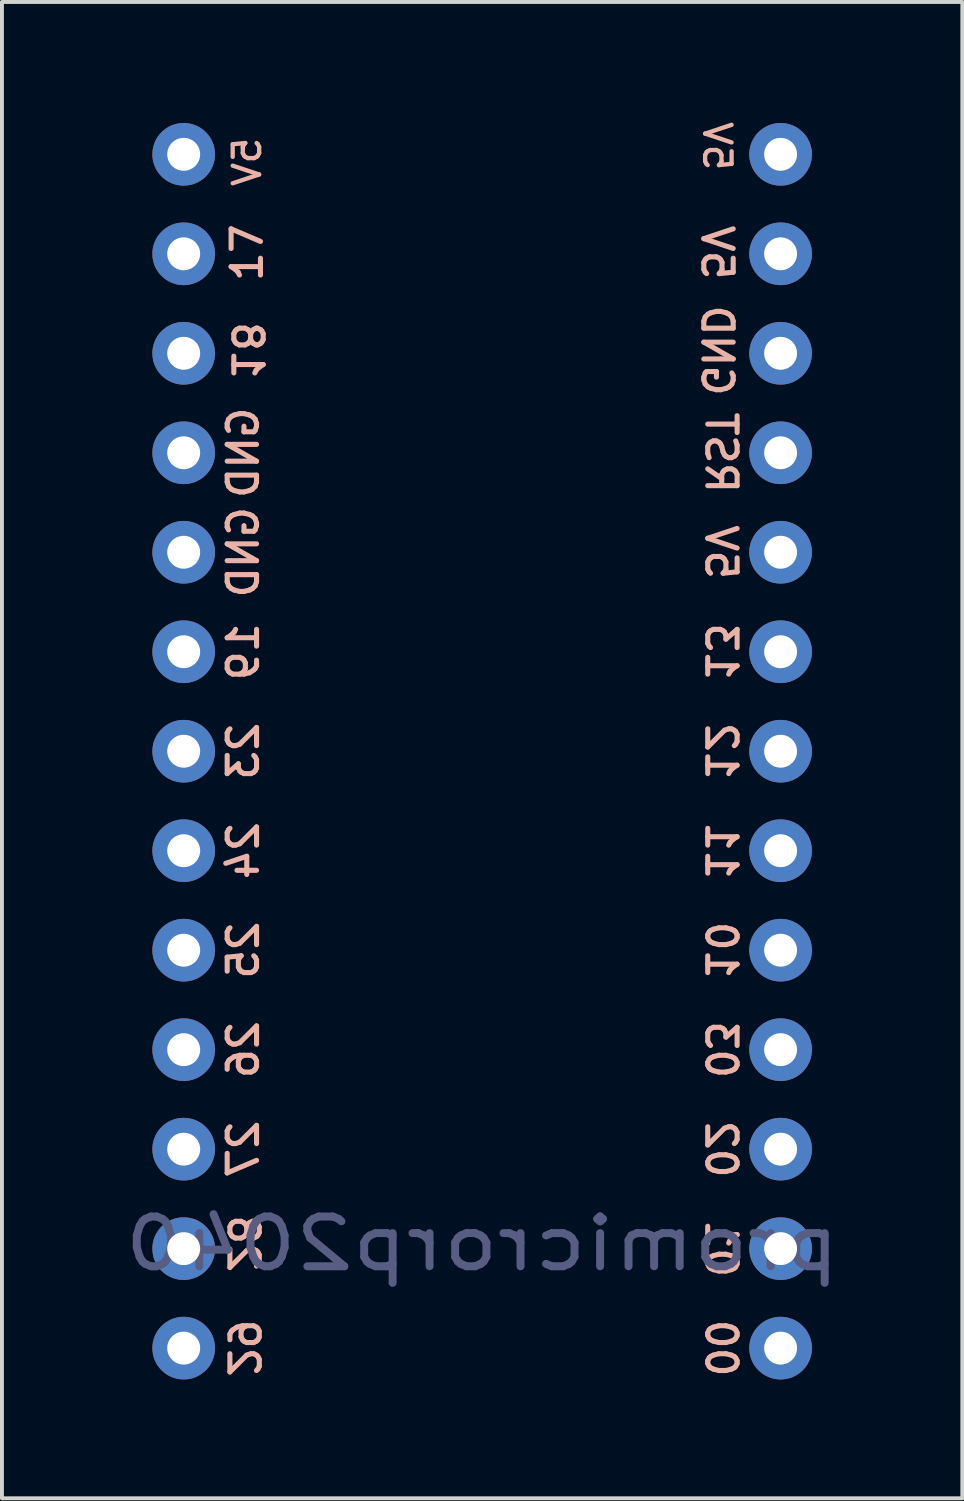
<source format=kicad_pcb>
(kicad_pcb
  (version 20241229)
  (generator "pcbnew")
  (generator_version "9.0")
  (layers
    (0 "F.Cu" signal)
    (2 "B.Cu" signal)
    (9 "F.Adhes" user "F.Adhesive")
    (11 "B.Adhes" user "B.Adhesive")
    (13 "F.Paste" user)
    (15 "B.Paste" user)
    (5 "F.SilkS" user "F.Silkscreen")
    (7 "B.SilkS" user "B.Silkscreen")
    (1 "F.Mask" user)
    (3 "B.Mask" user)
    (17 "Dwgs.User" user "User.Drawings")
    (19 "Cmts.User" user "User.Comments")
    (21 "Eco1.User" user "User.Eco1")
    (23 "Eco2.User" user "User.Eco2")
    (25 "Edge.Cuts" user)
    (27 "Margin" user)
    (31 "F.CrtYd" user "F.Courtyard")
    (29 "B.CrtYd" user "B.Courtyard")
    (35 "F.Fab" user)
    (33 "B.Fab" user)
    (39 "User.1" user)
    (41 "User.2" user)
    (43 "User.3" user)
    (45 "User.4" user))
  (footprint "promicrorp2040"
    (layer "F.Cu")
    (at 9.26 17.4)
    (property "Reference" "promicrorp2040" (at 0 11.303 0) (layer "B.Fab") (effects (font (size 1.27 1.524) (thickness 0.203)) (justify mirror)))
    (attr through_hole)
    (fp_text user "26" (at -6.1 6.35 90) (unlocked yes) (layer "B.SilkS") (effects (font (size 0.75 0.75) (thickness 0.13)) (justify mirror)))
    (fp_text user "24" (at -6.1 1.27 90) (unlocked yes) (layer "B.SilkS") (effects (font (size 0.75 0.75) (thickness 0.13)) (justify mirror)))
    (fp_text user "02" (at 6.1 8.89 270) (unlocked yes) (layer "B.SilkS") (effects (font (size 0.75 0.75) (thickness 0.13)) (justify mirror)))
    (fp_text user "03" (at 6.1 6.35 270) (unlocked yes) (layer "B.SilkS") (effects (font (size 0.75 0.75) (thickness 0.13)) (justify mirror)))
    (fp_text user "12" (at 6.1 -1.27 270) (unlocked yes) (layer "B.SilkS") (effects (font (size 0.75 0.75) (thickness 0.13)) (justify mirror)))
    (fp_text user "27" (at -6.1 8.89 90) (unlocked yes) (layer "B.SilkS") (effects (font (size 0.75 0.75) (thickness 0.13)) (justify mirror)))
    (fp_text user "29" (at -6.1 13.97 270) (unlocked yes) (layer "B.SilkS") (effects (font (size 0.75 0.75) (thickness 0.13)) (justify mirror)))
    (fp_text user "5V" (at 6 -14 270) (unlocked yes) (layer "B.SilkS") (effects (font (size 0.75 0.75) (thickness 0.13)) (justify mirror)))
    (fp_text user "28" (at -6.1 11.303 270) (unlocked yes) (layer "B.SilkS") (effects (font (size 0.75 0.75) (thickness 0.13)) (justify mirror)))
    (fp_text user "19" (at -6.1 -3.81 90) (unlocked yes) (layer "B.SilkS") (effects (font (size 0.75 0.75) (thickness 0.13)) (justify mirror)))
    (fp_text user "10" (at 6.1 3.81 270) (unlocked yes) (layer "B.SilkS") (effects (font (size 0.75 0.75) (thickness 0.13)) (justify mirror)))
    (fp_text user "18" (at -6 -11.5 270) (unlocked yes) (layer "B.SilkS") (effects (font (size 0.75 0.75) (thickness 0.13)) (justify mirror)))
    (fp_text user "5V" (at 6.1 -6.35 270) (unlocked yes) (layer "B.SilkS") (effects (font (size 0.75 0.75) (thickness 0.13)) (justify mirror)))
    (fp_text user "25" (at -6.1 3.81 90) (unlocked yes) (layer "B.SilkS") (effects (font (size 0.75 0.75) (thickness 0.13)) (justify mirror)))
    (fp_text user "5V" (at -6 -17 90) (unlocked yes) (layer "B.SilkS") (effects (font (size 0.675 0.675) (thickness 0.11)) (justify left mirror)))
    (fp_text user "RST" (at 6.1 -8.89 270) (unlocked yes) (layer "B.SilkS") (effects (font (size 0.75 0.75) (thickness 0.13)) (justify mirror)))
    (fp_text user "5V" (at 6 -17.4 270) (unlocked yes) (layer "B.SilkS") (effects (font (size 0.675 0.675) (thickness 0.11)) (justify right mirror)))
    (fp_text user "17" (at -6 -14 90) (unlocked yes) (layer "B.SilkS") (effects (font (size 0.75 0.75) (thickness 0.13))))
    (fp_text user "11" (at 6.1 1.27 270) (unlocked yes) (layer "B.SilkS") (effects (font (size 0.75 0.75) (thickness 0.13)) (justify mirror)))
    (fp_text user "01" (at 6.1 11.43 270) (unlocked yes) (layer "B.SilkS") (effects (font (size 0.75 0.75) (thickness 0.13)) (justify mirror)))
    (fp_text user "GND" (at 6 -11.5 270) (unlocked yes) (layer "B.SilkS") (effects (font (size 0.75 0.75) (thickness 0.13)) (justify mirror)))
    (fp_text user "23" (at -6.1 -1.27 90) (unlocked yes) (layer "B.SilkS") (effects (font (size 0.75 0.75) (thickness 0.13)) (justify mirror)))
    (fp_text user "00" (at 6.1 13.97 270) (unlocked yes) (layer "B.SilkS") (effects (font (size 0.75 0.75) (thickness 0.13)) (justify mirror)))
    (fp_text user "13" (at 6.1 -3.81 270) (unlocked yes) (layer "B.SilkS") (effects (font (size 0.75 0.75) (thickness 0.13)) (justify mirror)))
    (fp_text user "GND" (at -6.1 -6.35 90) (unlocked yes) (layer "B.SilkS") (effects (font (size 0.75 0.75) (thickness 0.13)) (justify mirror)))
    (fp_text user "GND" (at -6.1 -8.89 90) (unlocked yes) (layer "B.SilkS") (effects (font (size 0.75 0.75) (thickness 0.13)) (justify mirror)))
    (pad "1" thru_hole circle (at -7.62 -16.51) (size 1.6 1.6) (drill 0.84) (layers "*.Cu" "*.Mask"))
    (pad "2" thru_hole circle (at -7.62 -13.97) (size 1.6 1.6) (drill 0.84) (layers "*.Cu" "*.Mask"))
    (pad "3" thru_hole circle (at -7.62 -11.43) (size 1.6 1.6) (drill 0.84) (layers "*.Cu" "*.Mask"))
    (pad "4" thru_hole circle (at -7.62 -8.89) (size 1.6 1.6) (drill 0.84) (layers "*.Cu" "*.Mask"))
    (pad "5" thru_hole circle (at -7.62 -6.35) (size 1.6 1.6) (drill 0.84) (layers "*.Cu" "*.Mask"))
    (pad "6" thru_hole circle (at -7.62 -3.81) (size 1.6 1.6) (drill 0.84) (layers "*.Cu" "*.Mask"))
    (pad "7" thru_hole circle (at -7.62 -1.27) (size 1.6 1.6) (drill 0.84) (layers "*.Cu" "*.Mask"))
    (pad "8" thru_hole circle (at -7.62 1.27) (size 1.6 1.6) (drill 0.84) (layers "*.Cu" "*.Mask"))
    (pad "9" thru_hole circle (at -7.62 3.81) (size 1.6 1.6) (drill 0.84) (layers "*.Cu" "*.Mask"))
    (pad "10" thru_hole circle (at -7.62 6.35) (size 1.6 1.6) (drill 0.84) (layers "*.Cu" "*.Mask"))
    (pad "11" thru_hole circle (at -7.62 8.89) (size 1.6 1.6) (drill 0.84) (layers "*.Cu" "*.Mask"))
    (pad "12" thru_hole circle (at -7.62 11.43) (size 1.6 1.6) (drill 0.84) (layers "*.Cu" "*.Mask"))
    (pad "13" thru_hole circle (at -7.62 13.97) (size 1.6 1.6) (drill 0.84) (layers "*.Cu" "*.Mask"))
    (pad "14" thru_hole circle (at 7.62 13.97) (size 1.6 1.6) (drill 0.84) (layers "*.Cu" "*.Mask"))
    (pad "15" thru_hole circle (at 7.62 11.43) (size 1.6 1.6) (drill 0.84) (layers "*.Cu" "*.Mask"))
    (pad "16" thru_hole circle (at 7.62 8.89) (size 1.6 1.6) (drill 0.84) (layers "*.Cu" "*.Mask"))
    (pad "17" thru_hole circle (at 7.62 6.35) (size 1.6 1.6) (drill 0.84) (layers "*.Cu" "*.Mask"))
    (pad "18" thru_hole circle (at 7.62 3.81) (size 1.6 1.6) (drill 0.84) (layers "*.Cu" "*.Mask"))
    (pad "19" thru_hole circle (at 7.62 1.27) (size 1.6 1.6) (drill 0.84) (layers "*.Cu" "*.Mask"))
    (pad "20" thru_hole circle (at 7.62 -1.27) (size 1.6 1.6) (drill 0.84) (layers "*.Cu" "*.Mask"))
    (pad "21" thru_hole circle (at 7.62 -3.81) (size 1.6 1.6) (drill 0.84) (layers "*.Cu" "*.Mask"))
    (pad "22" thru_hole circle (at 7.62 -6.35) (size 1.6 1.6) (drill 0.84) (layers "*.Cu" "*.Mask"))
    (pad "23" thru_hole circle (at 7.62 -8.89) (size 1.6 1.6) (drill 0.84) (layers "*.Cu" "*.Mask"))
    (pad "24" thru_hole circle (at 7.62 -11.43) (size 1.6 1.6) (drill 0.84) (layers "*.Cu" "*.Mask"))
    (pad "25" thru_hole circle (at 7.62 -13.97) (size 1.6 1.6) (drill 0.84) (layers "*.Cu" "*.Mask"))
    (pad "26" thru_hole circle (at 7.62 -16.51) (size 1.6 1.6) (drill 0.84) (layers "*.Cu" "*.Mask")))
  (gr_rect
    (start -3 -3)
    (end 21.52 35.204)
    (stroke (width 0.1) (type default))
    (fill no)
    (layer "Edge.Cuts")))
</source>
